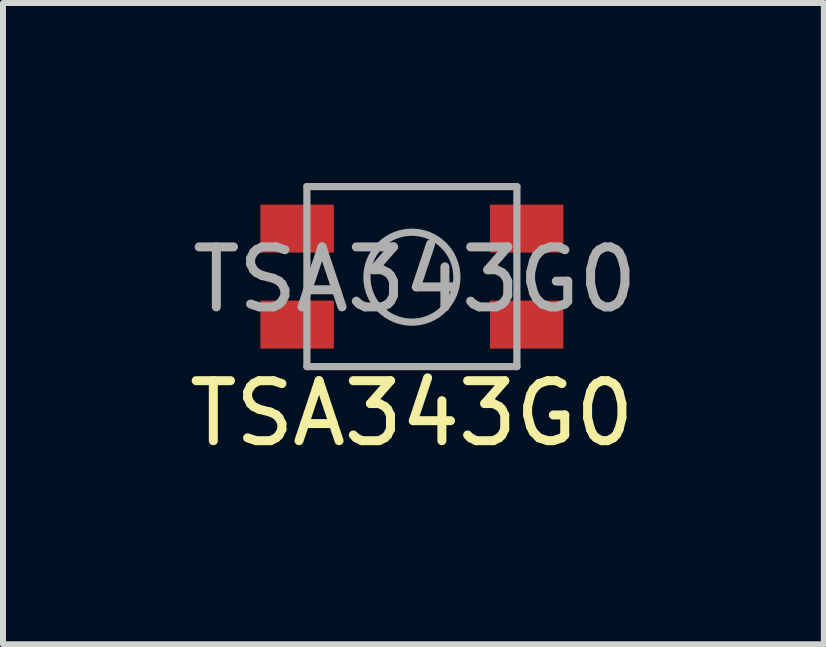
<source format=kicad_pcb>
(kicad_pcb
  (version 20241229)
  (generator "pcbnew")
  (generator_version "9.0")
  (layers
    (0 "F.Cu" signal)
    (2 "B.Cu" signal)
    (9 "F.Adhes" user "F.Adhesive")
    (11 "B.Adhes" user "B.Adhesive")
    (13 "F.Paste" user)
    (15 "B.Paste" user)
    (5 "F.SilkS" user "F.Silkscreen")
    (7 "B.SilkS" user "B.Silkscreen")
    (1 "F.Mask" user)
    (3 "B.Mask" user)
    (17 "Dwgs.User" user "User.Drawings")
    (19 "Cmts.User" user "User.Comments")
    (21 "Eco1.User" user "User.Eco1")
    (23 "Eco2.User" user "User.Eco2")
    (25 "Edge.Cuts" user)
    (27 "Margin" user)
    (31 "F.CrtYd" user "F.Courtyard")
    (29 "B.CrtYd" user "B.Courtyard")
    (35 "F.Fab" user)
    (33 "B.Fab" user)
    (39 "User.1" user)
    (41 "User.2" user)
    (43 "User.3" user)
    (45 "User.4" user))
  (footprint "TSA343G0"
    (layer "F.Cu")
    (at 3.815 1.56)
    (property "Reference" "TSA343G0" (at 0 2.28 0) (layer "F.SilkS") (effects (font (size 1 1) (thickness 0.15))))
    (attr smd)
    (fp_line (start -1.75 -1.5) (end 1.75 -1.5) (stroke (width 0.12) (type solid)) (layer "F.Fab"))
    (fp_line (start -1.75 1.5) (end -1.75 -1.5) (stroke (width 0.12) (type solid)) (layer "F.Fab"))
    (fp_line (start 1.75 -1.5) (end 1.75 1.5) (stroke (width 0.12) (type solid)) (layer "F.Fab"))
    (fp_line (start 1.75 1.5) (end -1.75 1.5) (stroke (width 0.12) (type solid)) (layer "F.Fab"))
    (fp_circle (center 0 0.01) (end 0.74 -0.11) (stroke (width 0.12) (type solid)) (fill no) (layer "F.Fab"))
    (fp_text user "${REFERENCE}" (at 0.05 0.05 0) (layer "F.Fab") (effects (font (size 1 1) (thickness 0.15))))
    (pad "1" smd rect (at -1.913 -0.8) (size 1.225 0.8) (layers "F.Cu" "F.Mask" "F.Paste"))
    (pad "1" smd rect (at 1.913 -0.8) (size 1.225 0.8) (layers "F.Cu" "F.Mask" "F.Paste"))
    (pad "2" smd rect (at -1.913 0.8) (size 1.225 0.8) (layers "F.Cu" "F.Mask" "F.Paste"))
    (pad "2" smd rect (at 1.913 0.8) (size 1.225 0.8) (layers "F.Cu" "F.Mask" "F.Paste")))
  (gr_rect
    (start -3 -3)
    (end 10.681 7.688)
    (stroke (width 0.1) (type default))
    (fill no)
    (layer "Edge.Cuts")))
</source>
